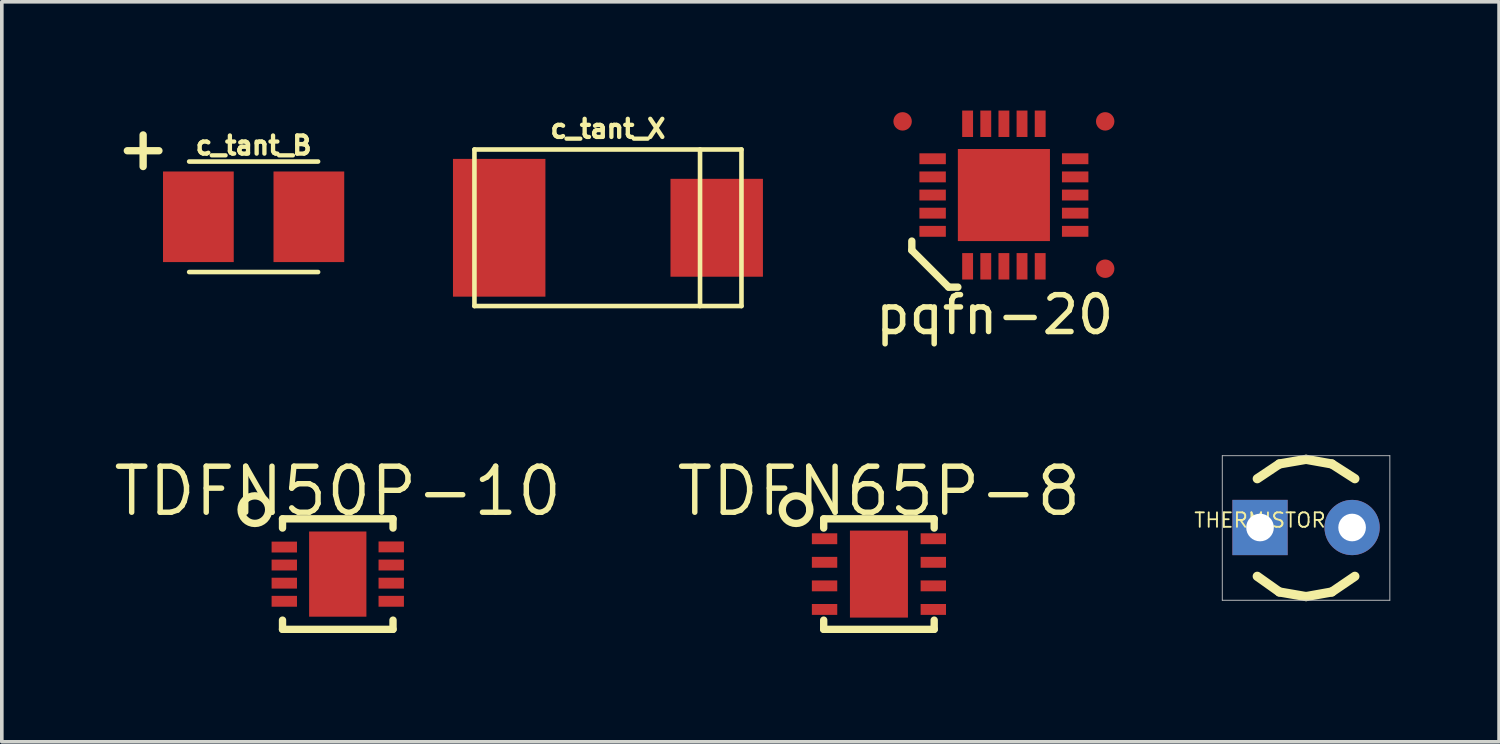
<source format=kicad_pcb>
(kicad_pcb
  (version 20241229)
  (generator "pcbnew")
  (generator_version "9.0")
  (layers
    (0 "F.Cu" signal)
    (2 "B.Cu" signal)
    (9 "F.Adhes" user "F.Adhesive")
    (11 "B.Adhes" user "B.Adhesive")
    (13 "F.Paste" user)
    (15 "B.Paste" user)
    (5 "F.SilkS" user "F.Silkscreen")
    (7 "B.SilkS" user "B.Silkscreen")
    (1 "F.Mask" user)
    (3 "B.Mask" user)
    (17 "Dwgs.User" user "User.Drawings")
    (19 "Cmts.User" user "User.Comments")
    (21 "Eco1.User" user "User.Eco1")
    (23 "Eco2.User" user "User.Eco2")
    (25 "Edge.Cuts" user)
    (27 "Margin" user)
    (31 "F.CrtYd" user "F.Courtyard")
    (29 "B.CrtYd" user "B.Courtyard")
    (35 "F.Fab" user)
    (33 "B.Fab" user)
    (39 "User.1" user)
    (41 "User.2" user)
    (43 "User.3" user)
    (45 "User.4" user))
  (footprint "TDFN50P-10"
    (layer "F.Cu")
    (at 6.267 12.786)
    (property "Reference" "TDFN50P-10" (at 0 -2.286 0) (layer "F.SilkS") (effects (font (size 1.27 1.27) (thickness 0.15))))
    (attr through_hole)
    (fp_line (start -1.524 -1.524) (end -1.524 -1.27) (stroke (width 0.203) (type solid)) (layer "F.SilkS"))
    (fp_line (start -1.524 -1.524) (end 1.524 -1.524) (stroke (width 0.203) (type solid)) (layer "F.SilkS"))
    (fp_line (start -1.524 1.524) (end -1.524 1.27) (stroke (width 0.203) (type solid)) (layer "F.SilkS"))
    (fp_line (start 1.524 -1.524) (end 1.524 -1.27) (stroke (width 0.203) (type solid)) (layer "F.SilkS"))
    (fp_line (start 1.524 1.524) (end -1.524 1.524) (stroke (width 0.203) (type solid)) (layer "F.SilkS"))
    (fp_line (start 1.524 1.524) (end 1.524 1.27) (stroke (width 0.203) (type solid)) (layer "F.SilkS"))
    (fp_circle (center -2.286 -1.778) (end -1.905 -1.778) (stroke (width 0.203) (type solid)) (fill no) (layer "F.SilkS"))
    (pad "1" smd rect (at -1.475 -0.746) (size 0.7 0.3) (layers "F.Cu" "F.Mask" "F.Paste"))
    (pad "2" smd rect (at -1.475 -0.25) (size 0.7 0.3) (layers "F.Cu" "F.Mask" "F.Paste"))
    (pad "3" smd rect (at -1.475 0.25) (size 0.7 0.3) (layers "F.Cu" "F.Mask" "F.Paste"))
    (pad "4" smd rect (at -1.475 0.75) (size 0.7 0.3) (layers "F.Cu" "F.Mask" "F.Paste"))
    (pad "5" smd rect (at 1.475 0.75) (size 0.7 0.3) (layers "F.Cu" "F.Mask" "F.Paste"))
    (pad "6" smd rect (at 1.475 0.25) (size 0.7 0.3) (layers "F.Cu" "F.Mask" "F.Paste"))
    (pad "7" smd rect (at 1.475 -0.25) (size 0.7 0.3) (layers "F.Cu" "F.Mask" "F.Paste"))
    (pad "8" smd rect (at 1.475 -0.75) (size 0.7 0.3) (layers "F.Cu" "F.Mask" "F.Paste"))
    (pad "9" smd rect (at 0 0) (size 1.58 2.35) (layers "F.Cu" "F.Mask" "F.Paste")))
  (footprint "c_tant_B"
    (layer "F.Cu")
    (at 3.946 2.93)
    (property "Reference" "c_tant_B" (at 0 -1.968 0) (layer "F.SilkS") (effects (font (size 0.5 0.5) (thickness 0.119))))
    (attr smd)
    (fp_line (start -1.778 1.524) (end 1.778 1.524) (stroke (width 0.127) (type solid)) (layer "F.SilkS"))
    (fp_line (start 1.778 -1.524) (end -1.778 -1.524) (stroke (width 0.127) (type solid)) (layer "F.SilkS"))
    (fp_text user "+" (at -3.048 -1.905 0) (layer "F.SilkS") (effects (font (size 1.143 1.143) (thickness 0.203))))
    (pad "1" smd rect (at -1.524 0) (size 1.951 2.499) (layers "F.Cu" "F.Mask" "F.Paste" "Eco1.User"))
    (pad "2" smd rect (at 1.524 0) (size 1.951 2.499) (layers "F.Cu" "F.Mask" "F.Paste" "Eco1.User")))
  (footprint "pqfn-20"
    (layer "F.Cu")
    (at 24.642 2.33)
    (property "Reference" "pqfn-20" (at -0.254 3.302 0) (layer "F.SilkS") (effects (font (size 1.016 1.016) (thickness 0.152))))
    (attr smd)
    (fp_line (start -2.54 1.27) (end -2.54 1.524) (stroke (width 0.203) (type solid)) (layer "F.SilkS"))
    (fp_line (start -2.54 1.524) (end -1.524 2.54) (stroke (width 0.203) (type solid)) (layer "F.SilkS"))
    (fp_line (start -1.27 2.54) (end -1.524 2.54) (stroke (width 0.203) (type solid)) (layer "F.SilkS"))
    (fp_line (start -2.54 1.27) (end -2.54 1.524) (stroke (width 0.203) (type solid)) (layer "Eco1.User"))
    (fp_line (start -2.54 1.524) (end -1.524 2.54) (stroke (width 0.203) (type solid)) (layer "Eco1.User"))
    (fp_line (start -1.27 2.54) (end -1.524 2.54) (stroke (width 0.203) (type solid)) (layer "Eco1.User"))
    (pad "1" smd rect (at -1.001 1.966) (size 0.3 0.729) (layers "F.Cu" "F.Mask" "F.Paste" "Eco1.User"))
    (pad "2" smd rect (at -0.5 1.966) (size 0.3 0.729) (layers "F.Cu" "F.Mask" "F.Paste" "Eco1.User"))
    (pad "3" smd rect (at 0 1.966) (size 0.3 0.729) (layers "F.Cu" "F.Mask" "F.Paste" "Eco1.User"))
    (pad "4" smd rect (at 0.5 1.966) (size 0.3 0.729) (layers "F.Cu" "F.Mask" "F.Paste" "Eco1.User"))
    (pad "5" smd rect (at 1.001 1.966) (size 0.3 0.729) (layers "F.Cu" "F.Mask" "F.Paste" "Eco1.User"))
    (pad "6" smd rect (at 1.966 1.001) (size 0.729 0.3) (layers "F.Cu" "F.Mask" "F.Paste" "Eco1.User"))
    (pad "7" smd rect (at 1.966 0.5) (size 0.729 0.3) (layers "F.Cu" "F.Mask" "F.Paste" "Eco1.User"))
    (pad "8" smd rect (at 1.966 0) (size 0.729 0.3) (layers "F.Cu" "F.Mask" "F.Paste" "Eco1.User"))
    (pad "9" smd rect (at 1.966 -0.5) (size 0.729 0.3) (layers "F.Cu" "F.Mask" "F.Paste" "Eco1.User"))
    (pad "10" smd rect (at 1.966 -1.001) (size 0.729 0.3) (layers "F.Cu" "F.Mask" "F.Paste" "Eco1.User"))
    (pad "11" smd rect (at 1.001 -1.966) (size 0.3 0.729) (layers "F.Cu" "F.Mask" "F.Paste" "Eco1.User"))
    (pad "12" smd rect (at 0.5 -1.966) (size 0.3 0.729) (layers "F.Cu" "F.Mask" "F.Paste" "Eco1.User"))
    (pad "13" smd rect (at 0 -1.966) (size 0.3 0.729) (layers "F.Cu" "F.Mask" "F.Paste" "Eco1.User"))
    (pad "14" smd rect (at -0.5 -1.966) (size 0.3 0.729) (layers "F.Cu" "F.Mask" "F.Paste" "Eco1.User"))
    (pad "15" smd rect (at -1.001 -1.966) (size 0.3 0.729) (layers "F.Cu" "F.Mask" "F.Paste" "Eco1.User"))
    (pad "16" smd rect (at -1.966 -1.001) (size 0.729 0.3) (layers "F.Cu" "F.Mask" "F.Paste" "Eco1.User"))
    (pad "17" smd rect (at -1.966 -0.5) (size 0.729 0.3) (layers "F.Cu" "F.Mask" "F.Paste" "Eco1.User"))
    (pad "18" smd rect (at -1.966 0) (size 0.729 0.3) (layers "F.Cu" "F.Mask" "F.Paste" "Eco1.User"))
    (pad "19" smd rect (at -1.966 0.5) (size 0.729 0.3) (layers "F.Cu" "F.Mask" "F.Paste" "Eco1.User"))
    (pad "20" smd rect (at -1.966 1.001) (size 0.729 0.3) (layers "F.Cu" "F.Mask" "F.Paste" "Eco1.User"))
    (pad "21" smd rect (at 0 0) (size 2.54 2.54) (layers "F.Cu" "F.Mask" "F.Paste" "Eco1.User"))
    (pad "22" smd circle (at -2.794 -2.032) (size 0.508 0.508) (layers "F.Cu" "F.Mask" "F.Paste" "Eco1.User"))
    (pad "22" smd circle (at 2.794 -2.032) (size 0.508 0.508) (layers "F.Cu" "F.Mask" "F.Paste" "Eco1.User"))
    (pad "22" smd circle (at 2.794 2.032) (size 0.508 0.508) (layers "F.Cu" "F.Mask" "F.Paste" "Eco1.User")))
  (footprint "TDFN65P-8"
    (layer "F.Cu")
    (at 21.195 12.786)
    (property "Reference" "TDFN65P-8" (at 0 -2.286 0) (layer "F.SilkS") (effects (font (size 1.27 1.27) (thickness 0.15))))
    (attr smd)
    (fp_line (start -1.524 -1.524) (end -1.524 -1.27) (stroke (width 0.203) (type solid)) (layer "F.SilkS"))
    (fp_line (start -1.524 -1.524) (end 1.524 -1.524) (stroke (width 0.203) (type solid)) (layer "F.SilkS"))
    (fp_line (start -1.524 1.524) (end -1.524 1.27) (stroke (width 0.203) (type solid)) (layer "F.SilkS"))
    (fp_line (start 1.524 -1.524) (end 1.524 -1.27) (stroke (width 0.203) (type solid)) (layer "F.SilkS"))
    (fp_line (start 1.524 1.524) (end -1.524 1.524) (stroke (width 0.203) (type solid)) (layer "F.SilkS"))
    (fp_line (start 1.524 1.524) (end 1.524 1.27) (stroke (width 0.203) (type solid)) (layer "F.SilkS"))
    (fp_circle (center -2.286 -1.778) (end -1.905 -1.778) (stroke (width 0.203) (type solid)) (fill no) (layer "F.SilkS"))
    (pad "1" smd rect (at -1.5 -0.975) (size 0.7 0.3) (layers "F.Cu" "F.Mask" "F.Paste"))
    (pad "2" smd rect (at -1.5 -0.325) (size 0.7 0.3) (layers "F.Cu" "F.Mask" "F.Paste"))
    (pad "3" smd rect (at -1.5 0.325) (size 0.7 0.3) (layers "F.Cu" "F.Mask" "F.Paste"))
    (pad "4" smd rect (at -1.5 0.975) (size 0.7 0.3) (layers "F.Cu" "F.Mask" "F.Paste"))
    (pad "5" smd rect (at 1.5 0.975) (size 0.7 0.3) (layers "F.Cu" "F.Mask" "F.Paste"))
    (pad "6" smd rect (at 1.5 0.325) (size 0.7 0.3) (layers "F.Cu" "F.Mask" "F.Paste"))
    (pad "7" smd rect (at 1.5 -0.325) (size 0.7 0.3) (layers "F.Cu" "F.Mask" "F.Paste"))
    (pad "8" smd rect (at 1.5 -0.975) (size 0.7 0.3) (layers "F.Cu" "F.Mask" "F.Paste"))
    (pad "9" smd rect (at 0 0) (size 1.6 2.4) (layers "F.Cu" "F.Mask" "F.Paste")))
  (footprint "c_tant_X"
    (layer "F.Cu")
    (at 13.72 3.233)
    (property "Reference" "c_tant_X" (at 0 -2.731 0) (layer "F.SilkS") (effects (font (size 0.5 0.5) (thickness 0.119))))
    (attr smd)
    (fp_line (start -3.683 -2.159) (end -3.683 2.159) (stroke (width 0.127) (type solid)) (layer "F.SilkS"))
    (fp_line (start -3.683 2.159) (end 3.683 2.159) (stroke (width 0.127) (type solid)) (layer "F.SilkS"))
    (fp_line (start 2.54 -2.159) (end 2.54 2.159) (stroke (width 0.127) (type solid)) (layer "F.SilkS"))
    (fp_line (start 3.683 -2.159) (end -3.683 -2.159) (stroke (width 0.127) (type solid)) (layer "F.SilkS"))
    (fp_line (start 3.683 2.159) (end 3.683 -2.159) (stroke (width 0.127) (type solid)) (layer "F.SilkS"))
    (pad "1" smd rect (at 3 0) (size 2.55 2.7) (layers "F.Cu" "F.Mask" "F.Paste" "Eco1.User"))
    (pad "2" smd rect (at -3 0) (size 2.55 3.8) (layers "F.Cu" "F.Mask" "F.Paste" "Eco1.User")))
  (footprint "THERMISTOR"
    (layer "F.Cu")
    (at 31.707 11.501)
    (property "Reference" "THERMISTOR" (at 0 -0.201 0) (layer "F.SilkS") (effects (font (size 0.399 0.399) (thickness 0.051))))
    (attr smd)
    (fp_line (start -0.076 1.346) (end 0.533 1.778) (stroke (width 0.254) (type solid)) (layer "F.SilkS"))
    (fp_line (start 0.533 -1.753) (end -0.076 -1.346) (stroke (width 0.254) (type solid)) (layer "F.SilkS"))
    (fp_line (start 0.533 1.778) (end 1.27 1.905) (stroke (width 0.254) (type solid)) (layer "F.SilkS"))
    (fp_line (start 1.27 -1.88) (end 0.533 -1.753) (stroke (width 0.254) (type solid)) (layer "F.SilkS"))
    (fp_line (start 1.27 1.905) (end 1.981 1.778) (stroke (width 0.254) (type solid)) (layer "F.SilkS"))
    (fp_line (start 1.981 -1.753) (end 1.27 -1.88) (stroke (width 0.254) (type solid)) (layer "F.SilkS"))
    (fp_line (start 1.981 1.778) (end 2.616 1.346) (stroke (width 0.254) (type solid)) (layer "F.SilkS"))
    (fp_line (start 2.616 -1.346) (end 1.981 -1.753) (stroke (width 0.254) (type solid)) (layer "F.SilkS"))
    (fp_line (start -1.041 -1.981) (end 3.581 -1.981) (stroke (width 0.025) (type solid)) (layer "Dwgs.User"))
    (fp_line (start -1.041 2.007) (end -1.041 -1.981) (stroke (width 0.025) (type solid)) (layer "Dwgs.User"))
    (fp_line (start 3.581 -1.981) (end 3.581 2.007) (stroke (width 0.025) (type solid)) (layer "Dwgs.User"))
    (fp_line (start 3.581 2.007) (end -1.041 2.007) (stroke (width 0.025) (type solid)) (layer "Dwgs.User"))
    (fp_line (start -0.076 1.346) (end 0.533 1.778) (stroke (width 0.254) (type solid)) (layer "Eco1.User"))
    (fp_line (start 0.533 -1.753) (end -0.076 -1.346) (stroke (width 0.254) (type solid)) (layer "Eco1.User"))
    (fp_line (start 0.533 1.778) (end 1.27 1.905) (stroke (width 0.254) (type solid)) (layer "Eco1.User"))
    (fp_line (start 1.27 -1.88) (end 0.533 -1.753) (stroke (width 0.254) (type solid)) (layer "Eco1.User"))
    (fp_line (start 1.27 1.905) (end 1.981 1.778) (stroke (width 0.254) (type solid)) (layer "Eco1.User"))
    (fp_line (start 1.981 -1.753) (end 1.27 -1.88) (stroke (width 0.254) (type solid)) (layer "Eco1.User"))
    (fp_line (start 1.981 1.778) (end 2.616 1.346) (stroke (width 0.254) (type solid)) (layer "Eco1.User"))
    (fp_line (start 2.616 -1.346) (end 1.981 -1.753) (stroke (width 0.254) (type solid)) (layer "Eco1.User"))
    (pad "1" thru_hole rect (at 0 0) (size 1.524 1.524) (drill 0.762) (layers "*.Cu" "*.Mask" "Eco1.User" "Eco2.User"))
    (pad "2" thru_hole circle (at 2.54 0) (size 1.524 1.524) (drill 0.762) (layers "*.Cu" "*.Mask" "Eco1.User" "Eco2.User")))
  (gr_rect
    (start -3 -3)
    (end 38.301 17.412)
    (stroke (width 0.1) (type default))
    (fill no)
    (layer "Edge.Cuts")))
</source>
